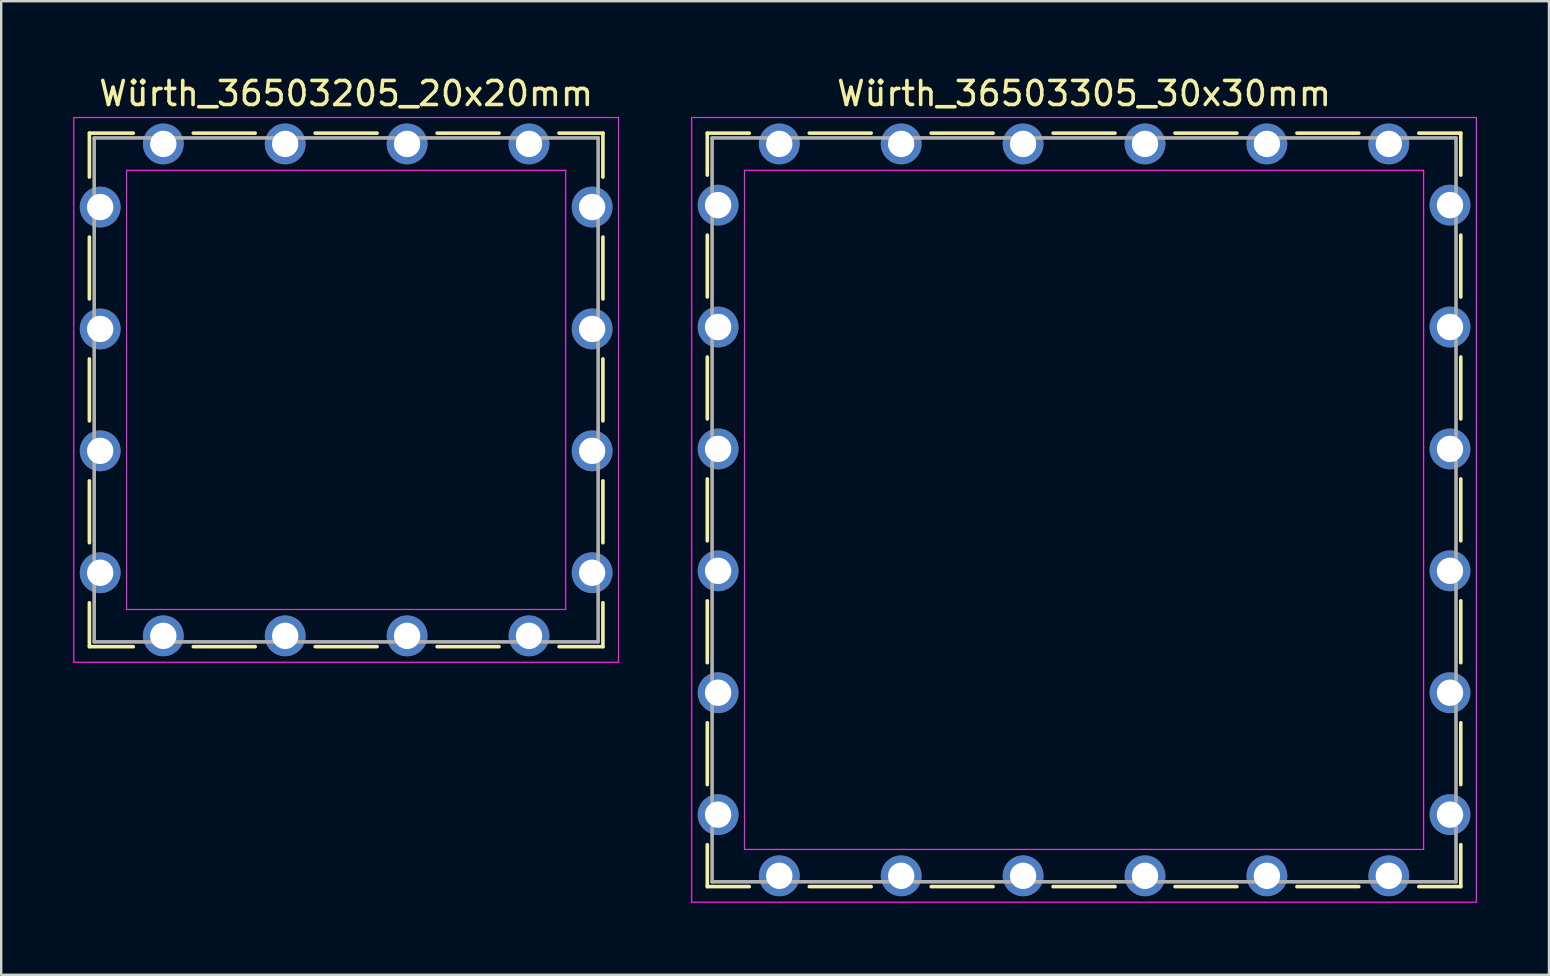
<source format=kicad_pcb>
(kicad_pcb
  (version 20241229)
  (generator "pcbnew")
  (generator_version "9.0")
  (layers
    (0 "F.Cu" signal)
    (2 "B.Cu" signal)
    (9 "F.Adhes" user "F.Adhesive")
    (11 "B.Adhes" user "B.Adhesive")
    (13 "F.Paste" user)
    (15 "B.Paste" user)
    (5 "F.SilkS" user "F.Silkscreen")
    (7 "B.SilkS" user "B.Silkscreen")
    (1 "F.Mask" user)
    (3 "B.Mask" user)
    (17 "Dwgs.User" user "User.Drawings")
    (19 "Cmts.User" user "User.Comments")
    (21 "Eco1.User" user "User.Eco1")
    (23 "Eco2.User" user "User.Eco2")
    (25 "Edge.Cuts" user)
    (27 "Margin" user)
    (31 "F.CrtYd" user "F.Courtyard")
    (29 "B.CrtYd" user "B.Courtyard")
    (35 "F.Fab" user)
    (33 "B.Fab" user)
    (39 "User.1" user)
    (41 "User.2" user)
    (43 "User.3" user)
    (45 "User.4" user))
  (footprint "Würth_36503305_30x30mm"
    (layer "F.Cu")
    (at 42.125 18.198)
    (property "Reference" "Würth_36503305_30x30mm" (at 0 -17.35 0) (layer "F.SilkS") (effects (font (size 1 1) (thickness 0.15))))
    (attr through_hole)
    (fp_line (start -15.7 -15.7) (end -13.95 -15.7) (stroke (width 0.15) (type solid)) (layer "F.SilkS"))
    (fp_line (start -15.7 -13.95) (end -15.7 -15.7) (stroke (width 0.15) (type solid)) (layer "F.SilkS"))
    (fp_line (start -15.7 -8.87) (end -15.7 -11.45) (stroke (width 0.15) (type solid)) (layer "F.SilkS"))
    (fp_line (start -15.7 -3.79) (end -15.7 -6.37) (stroke (width 0.15) (type solid)) (layer "F.SilkS"))
    (fp_line (start -15.7 -1.29) (end -15.7 1.29) (stroke (width 0.15) (type solid)) (layer "F.SilkS"))
    (fp_line (start -15.7 3.79) (end -15.7 6.37) (stroke (width 0.15) (type solid)) (layer "F.SilkS"))
    (fp_line (start -15.7 8.87) (end -15.7 11.45) (stroke (width 0.15) (type solid)) (layer "F.SilkS"))
    (fp_line (start -15.7 13.95) (end -15.7 15.7) (stroke (width 0.15) (type solid)) (layer "F.SilkS"))
    (fp_line (start -15.7 15.7) (end -13.95 15.7) (stroke (width 0.15) (type solid)) (layer "F.SilkS"))
    (fp_line (start -8.87 -15.7) (end -11.45 -15.7) (stroke (width 0.15) (type solid)) (layer "F.SilkS"))
    (fp_line (start -8.87 15.7) (end -11.45 15.7) (stroke (width 0.15) (type solid)) (layer "F.SilkS"))
    (fp_line (start -3.79 -15.7) (end -6.37 -15.7) (stroke (width 0.15) (type solid)) (layer "F.SilkS"))
    (fp_line (start -3.79 15.7) (end -6.37 15.7) (stroke (width 0.15) (type solid)) (layer "F.SilkS"))
    (fp_line (start 1.29 -15.7) (end -1.29 -15.7) (stroke (width 0.15) (type solid)) (layer "F.SilkS"))
    (fp_line (start 1.29 15.7) (end -1.29 15.7) (stroke (width 0.15) (type solid)) (layer "F.SilkS"))
    (fp_line (start 3.79 -15.7) (end 6.37 -15.7) (stroke (width 0.15) (type solid)) (layer "F.SilkS"))
    (fp_line (start 3.79 15.7) (end 6.37 15.7) (stroke (width 0.15) (type solid)) (layer "F.SilkS"))
    (fp_line (start 8.87 -15.7) (end 11.45 -15.7) (stroke (width 0.15) (type solid)) (layer "F.SilkS"))
    (fp_line (start 8.87 15.7) (end 11.45 15.7) (stroke (width 0.15) (type solid)) (layer "F.SilkS"))
    (fp_line (start 15.7 -15.7) (end 13.95 -15.7) (stroke (width 0.15) (type solid)) (layer "F.SilkS"))
    (fp_line (start 15.7 -13.95) (end 15.7 -15.7) (stroke (width 0.15) (type solid)) (layer "F.SilkS"))
    (fp_line (start 15.7 -8.87) (end 15.7 -11.45) (stroke (width 0.15) (type solid)) (layer "F.SilkS"))
    (fp_line (start 15.7 -3.79) (end 15.7 -6.37) (stroke (width 0.15) (type solid)) (layer "F.SilkS"))
    (fp_line (start 15.7 1.29) (end 15.7 -1.29) (stroke (width 0.15) (type solid)) (layer "F.SilkS"))
    (fp_line (start 15.7 3.79) (end 15.7 6.37) (stroke (width 0.15) (type solid)) (layer "F.SilkS"))
    (fp_line (start 15.7 8.87) (end 15.7 11.45) (stroke (width 0.15) (type solid)) (layer "F.SilkS"))
    (fp_line (start 15.7 13.95) (end 15.7 15.7) (stroke (width 0.15) (type solid)) (layer "F.SilkS"))
    (fp_line (start 15.7 15.7) (end 13.95 15.7) (stroke (width 0.15) (type solid)) (layer "F.SilkS"))
    (fp_line (start -16.35 -16.35) (end -16.35 16.35) (stroke (width 0.05) (type solid)) (layer "F.CrtYd"))
    (fp_line (start -16.35 16.35) (end 16.35 16.35) (stroke (width 0.05) (type solid)) (layer "F.CrtYd"))
    (fp_line (start -14.15 -14.15) (end -14.15 14.15) (stroke (width 0.05) (type solid)) (layer "F.CrtYd"))
    (fp_line (start -14.15 14.15) (end 14.15 14.15) (stroke (width 0.05) (type solid)) (layer "F.CrtYd"))
    (fp_line (start 14.15 -14.15) (end -14.15 -14.15) (stroke (width 0.05) (type solid)) (layer "F.CrtYd"))
    (fp_line (start 14.15 14.15) (end 14.15 -14.15) (stroke (width 0.05) (type solid)) (layer "F.CrtYd"))
    (fp_line (start 16.35 -16.35) (end -16.35 -16.35) (stroke (width 0.05) (type solid)) (layer "F.CrtYd"))
    (fp_line (start 16.35 16.35) (end 16.35 -16.35) (stroke (width 0.05) (type solid)) (layer "F.CrtYd"))
    (fp_line (start -15.5 -15.5) (end -15.5 15.5) (stroke (width 0.15) (type solid)) (layer "F.Fab"))
    (fp_line (start -15.5 15.5) (end 15.5 15.5) (stroke (width 0.15) (type solid)) (layer "F.Fab"))
    (fp_line (start 15.5 -15.5) (end -15.5 -15.5) (stroke (width 0.15) (type solid)) (layer "F.Fab"))
    (fp_line (start 15.5 15.5) (end 15.5 -15.5) (stroke (width 0.15) (type solid)) (layer "F.Fab"))
    (pad "1" thru_hole circle (at -15.25 -12.7) (size 1.7 1.7) (drill 1.1) (layers "*.Cu" "*.Mask"))
    (pad "1" thru_hole circle (at -15.25 -7.62) (size 1.7 1.7) (drill 1.1) (layers "*.Cu" "*.Mask"))
    (pad "1" thru_hole circle (at -15.25 -2.54) (size 1.7 1.7) (drill 1.1) (layers "*.Cu" "*.Mask"))
    (pad "1" thru_hole circle (at -15.25 2.54) (size 1.7 1.7) (drill 1.1) (layers "*.Cu" "*.Mask"))
    (pad "1" thru_hole circle (at -15.25 7.62) (size 1.7 1.7) (drill 1.1) (layers "*.Cu" "*.Mask"))
    (pad "1" thru_hole circle (at -15.25 12.7) (size 1.7 1.7) (drill 1.1) (layers "*.Cu" "*.Mask"))
    (pad "1" thru_hole circle (at -12.7 -15.25) (size 1.7 1.7) (drill 1.1) (layers "*.Cu" "*.Mask"))
    (pad "1" thru_hole circle (at -12.7 15.25) (size 1.7 1.7) (drill 1.1) (layers "*.Cu" "*.Mask"))
    (pad "1" thru_hole circle (at -7.62 -15.25) (size 1.7 1.7) (drill 1.1) (layers "*.Cu" "*.Mask"))
    (pad "1" thru_hole circle (at -7.62 15.25) (size 1.7 1.7) (drill 1.1) (layers "*.Cu" "*.Mask"))
    (pad "1" thru_hole circle (at -2.54 -15.25) (size 1.7 1.7) (drill 1.1) (layers "*.Cu" "*.Mask"))
    (pad "1" thru_hole circle (at -2.54 15.25) (size 1.7 1.7) (drill 1.1) (layers "*.Cu" "*.Mask"))
    (pad "1" thru_hole circle (at 2.54 -15.25) (size 1.7 1.7) (drill 1.1) (layers "*.Cu" "*.Mask"))
    (pad "1" thru_hole circle (at 2.54 15.25) (size 1.7 1.7) (drill 1.1) (layers "*.Cu" "*.Mask"))
    (pad "1" thru_hole circle (at 7.62 -15.25) (size 1.7 1.7) (drill 1.1) (layers "*.Cu" "*.Mask"))
    (pad "1" thru_hole circle (at 7.62 15.25) (size 1.7 1.7) (drill 1.1) (layers "*.Cu" "*.Mask"))
    (pad "1" thru_hole circle (at 12.7 -15.25) (size 1.7 1.7) (drill 1.1) (layers "*.Cu" "*.Mask"))
    (pad "1" thru_hole circle (at 12.7 15.25) (size 1.7 1.7) (drill 1.1) (layers "*.Cu" "*.Mask"))
    (pad "1" thru_hole circle (at 15.25 -12.7) (size 1.7 1.7) (drill 1.1) (layers "*.Cu" "*.Mask"))
    (pad "1" thru_hole circle (at 15.25 -7.62) (size 1.7 1.7) (drill 1.1) (layers "*.Cu" "*.Mask"))
    (pad "1" thru_hole circle (at 15.25 -2.54) (size 1.7 1.7) (drill 1.1) (layers "*.Cu" "*.Mask"))
    (pad "1" thru_hole circle (at 15.25 2.54) (size 1.7 1.7) (drill 1.1) (layers "*.Cu" "*.Mask"))
    (pad "1" thru_hole circle (at 15.25 7.62) (size 1.7 1.7) (drill 1.1) (layers "*.Cu" "*.Mask"))
    (pad "1" thru_hole circle (at 15.25 12.7) (size 1.7 1.7) (drill 1.1) (layers "*.Cu" "*.Mask")))
  (footprint "Würth_36503205_20x20mm"
    (layer "F.Cu")
    (at 11.375 13.198)
    (property "Reference" "Würth_36503205_20x20mm" (at 0 -12.35 0) (layer "F.SilkS") (effects (font (size 1 1) (thickness 0.15))))
    (attr through_hole)
    (fp_line (start -10.7 -10.7) (end -8.87 -10.7) (stroke (width 0.15) (type solid)) (layer "F.SilkS"))
    (fp_line (start -10.7 -8.87) (end -10.7 -10.7) (stroke (width 0.15) (type solid)) (layer "F.SilkS"))
    (fp_line (start -10.7 -3.79) (end -10.7 -6.37) (stroke (width 0.15) (type solid)) (layer "F.SilkS"))
    (fp_line (start -10.7 -1.29) (end -10.7 1.29) (stroke (width 0.15) (type solid)) (layer "F.SilkS"))
    (fp_line (start -10.7 3.79) (end -10.7 6.37) (stroke (width 0.15) (type solid)) (layer "F.SilkS"))
    (fp_line (start -10.7 8.87) (end -10.7 10.7) (stroke (width 0.15) (type solid)) (layer "F.SilkS"))
    (fp_line (start -10.7 10.7) (end -8.87 10.7) (stroke (width 0.15) (type solid)) (layer "F.SilkS"))
    (fp_line (start -3.79 -10.7) (end -6.37 -10.7) (stroke (width 0.15) (type solid)) (layer "F.SilkS"))
    (fp_line (start -3.79 10.7) (end -6.37 10.7) (stroke (width 0.15) (type solid)) (layer "F.SilkS"))
    (fp_line (start 1.29 -10.7) (end -1.29 -10.7) (stroke (width 0.15) (type solid)) (layer "F.SilkS"))
    (fp_line (start 1.29 10.7) (end -1.29 10.7) (stroke (width 0.15) (type solid)) (layer "F.SilkS"))
    (fp_line (start 3.79 -10.7) (end 6.37 -10.7) (stroke (width 0.15) (type solid)) (layer "F.SilkS"))
    (fp_line (start 3.79 10.7) (end 6.37 10.7) (stroke (width 0.15) (type solid)) (layer "F.SilkS"))
    (fp_line (start 10.7 -10.7) (end 8.87 -10.7) (stroke (width 0.15) (type solid)) (layer "F.SilkS"))
    (fp_line (start 10.7 -8.87) (end 10.7 -10.7) (stroke (width 0.15) (type solid)) (layer "F.SilkS"))
    (fp_line (start 10.7 -3.79) (end 10.7 -6.37) (stroke (width 0.15) (type solid)) (layer "F.SilkS"))
    (fp_line (start 10.7 1.29) (end 10.7 -1.29) (stroke (width 0.15) (type solid)) (layer "F.SilkS"))
    (fp_line (start 10.7 3.79) (end 10.7 6.37) (stroke (width 0.15) (type solid)) (layer "F.SilkS"))
    (fp_line (start 10.7 8.87) (end 10.7 10.7) (stroke (width 0.15) (type solid)) (layer "F.SilkS"))
    (fp_line (start 10.7 10.7) (end 8.87 10.7) (stroke (width 0.15) (type solid)) (layer "F.SilkS"))
    (fp_line (start -11.35 -11.35) (end -11.35 11.35) (stroke (width 0.05) (type solid)) (layer "F.CrtYd"))
    (fp_line (start -11.35 11.35) (end 11.35 11.35) (stroke (width 0.05) (type solid)) (layer "F.CrtYd"))
    (fp_line (start -9.15 -9.15) (end -9.15 9.15) (stroke (width 0.05) (type solid)) (layer "F.CrtYd"))
    (fp_line (start -9.15 9.15) (end 9.15 9.15) (stroke (width 0.05) (type solid)) (layer "F.CrtYd"))
    (fp_line (start 9.15 -9.15) (end -9.15 -9.15) (stroke (width 0.05) (type solid)) (layer "F.CrtYd"))
    (fp_line (start 9.15 9.15) (end 9.15 -9.15) (stroke (width 0.05) (type solid)) (layer "F.CrtYd"))
    (fp_line (start 11.35 -11.35) (end -11.35 -11.35) (stroke (width 0.05) (type solid)) (layer "F.CrtYd"))
    (fp_line (start 11.35 11.35) (end 11.35 -11.35) (stroke (width 0.05) (type solid)) (layer "F.CrtYd"))
    (fp_line (start -10.5 -10.5) (end -10.5 10.5) (stroke (width 0.15) (type solid)) (layer "F.Fab"))
    (fp_line (start -10.5 10.5) (end 10.5 10.5) (stroke (width 0.15) (type solid)) (layer "F.Fab"))
    (fp_line (start 10.5 -10.5) (end -10.5 -10.5) (stroke (width 0.15) (type solid)) (layer "F.Fab"))
    (fp_line (start 10.5 10.5) (end 10.5 -10.5) (stroke (width 0.15) (type solid)) (layer "F.Fab"))
    (pad "1" thru_hole circle (at -10.25 -7.62) (size 1.7 1.7) (drill 1.1) (layers "*.Cu" "*.Mask"))
    (pad "1" thru_hole circle (at -10.25 -2.54) (size 1.7 1.7) (drill 1.1) (layers "*.Cu" "*.Mask"))
    (pad "1" thru_hole circle (at -10.25 2.54) (size 1.7 1.7) (drill 1.1) (layers "*.Cu" "*.Mask"))
    (pad "1" thru_hole circle (at -10.25 7.62) (size 1.7 1.7) (drill 1.1) (layers "*.Cu" "*.Mask"))
    (pad "1" thru_hole circle (at -7.62 -10.25) (size 1.7 1.7) (drill 1.1) (layers "*.Cu" "*.Mask"))
    (pad "1" thru_hole circle (at -7.62 10.25) (size 1.7 1.7) (drill 1.1) (layers "*.Cu" "*.Mask"))
    (pad "1" thru_hole circle (at -2.54 -10.25) (size 1.7 1.7) (drill 1.1) (layers "*.Cu" "*.Mask"))
    (pad "1" thru_hole circle (at -2.54 10.25) (size 1.7 1.7) (drill 1.1) (layers "*.Cu" "*.Mask"))
    (pad "1" thru_hole circle (at 2.54 -10.25) (size 1.7 1.7) (drill 1.1) (layers "*.Cu" "*.Mask"))
    (pad "1" thru_hole circle (at 2.54 10.25) (size 1.7 1.7) (drill 1.1) (layers "*.Cu" "*.Mask"))
    (pad "1" thru_hole circle (at 7.62 -10.25) (size 1.7 1.7) (drill 1.1) (layers "*.Cu" "*.Mask"))
    (pad "1" thru_hole circle (at 7.62 10.25) (size 1.7 1.7) (drill 1.1) (layers "*.Cu" "*.Mask"))
    (pad "1" thru_hole circle (at 10.25 -7.62) (size 1.7 1.7) (drill 1.1) (layers "*.Cu" "*.Mask"))
    (pad "1" thru_hole circle (at 10.25 -2.54) (size 1.7 1.7) (drill 1.1) (layers "*.Cu" "*.Mask"))
    (pad "1" thru_hole circle (at 10.25 2.54) (size 1.7 1.7) (drill 1.1) (layers "*.Cu" "*.Mask"))
    (pad "1" thru_hole circle (at 10.25 7.62) (size 1.7 1.7) (drill 1.1) (layers "*.Cu" "*.Mask")))
  (gr_rect
    (start -3 -3)
    (end 61.5 37.573)
    (stroke (width 0.1) (type default))
    (fill no)
    (layer "Edge.Cuts")))
</source>
